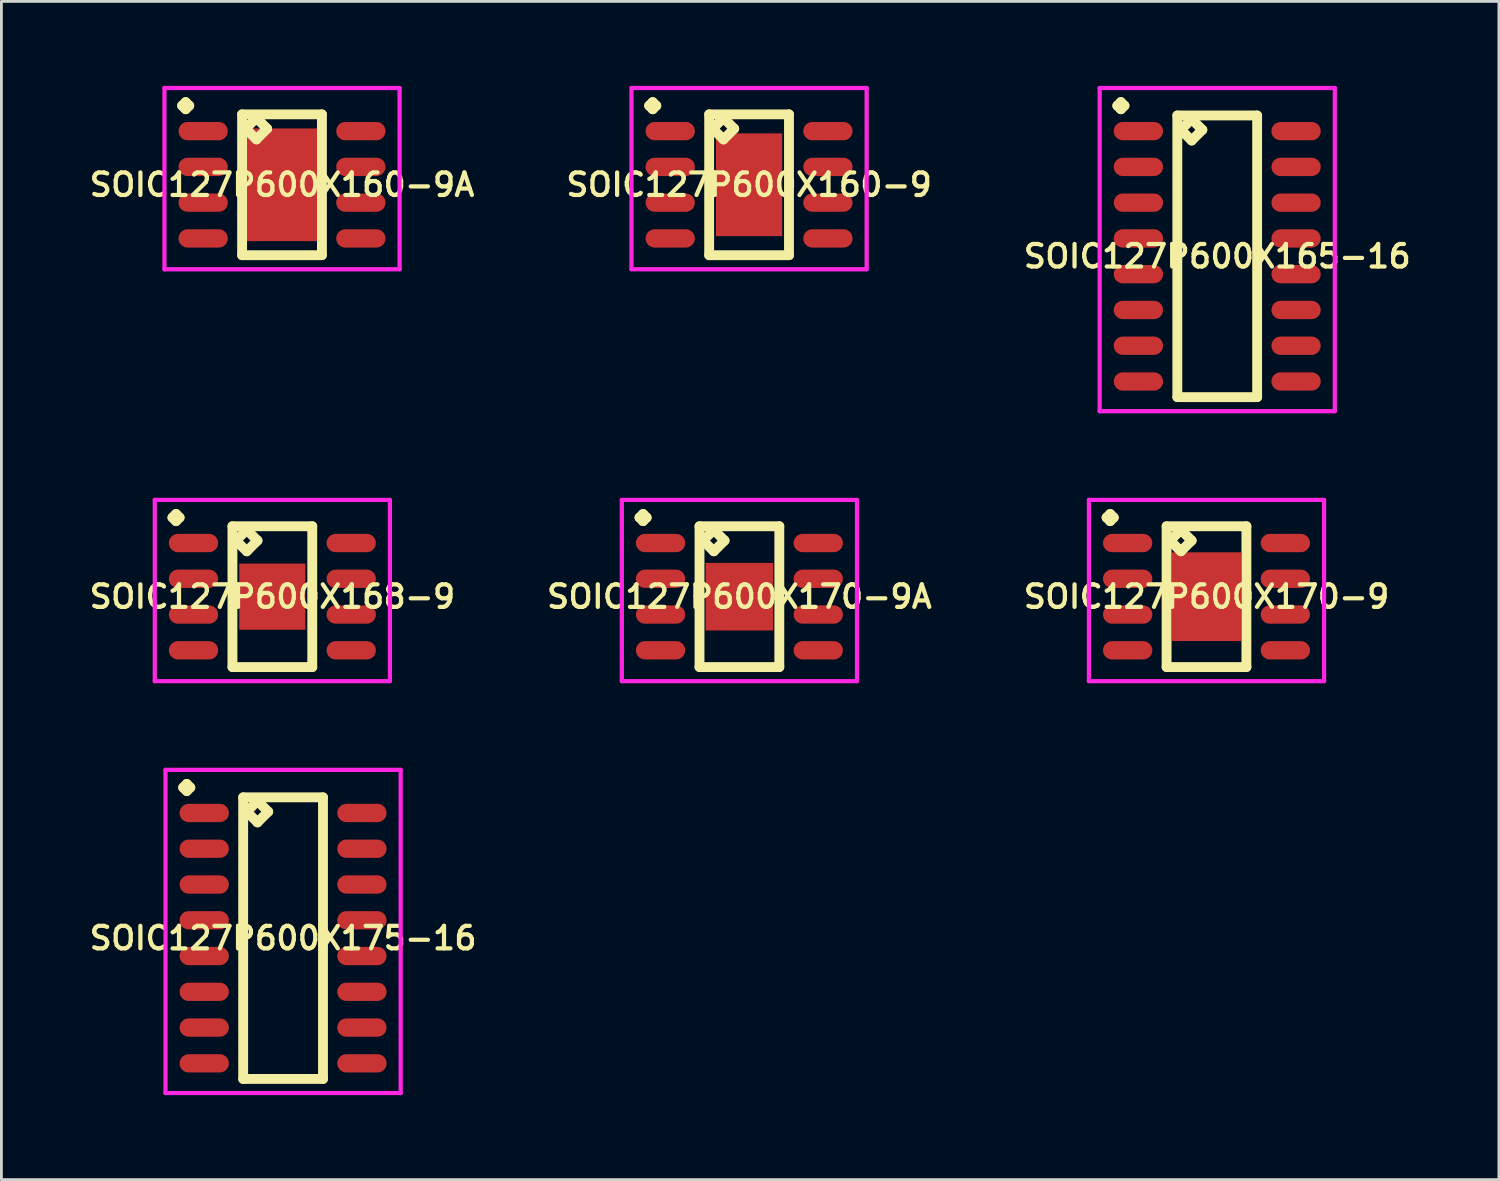
<source format=kicad_pcb>
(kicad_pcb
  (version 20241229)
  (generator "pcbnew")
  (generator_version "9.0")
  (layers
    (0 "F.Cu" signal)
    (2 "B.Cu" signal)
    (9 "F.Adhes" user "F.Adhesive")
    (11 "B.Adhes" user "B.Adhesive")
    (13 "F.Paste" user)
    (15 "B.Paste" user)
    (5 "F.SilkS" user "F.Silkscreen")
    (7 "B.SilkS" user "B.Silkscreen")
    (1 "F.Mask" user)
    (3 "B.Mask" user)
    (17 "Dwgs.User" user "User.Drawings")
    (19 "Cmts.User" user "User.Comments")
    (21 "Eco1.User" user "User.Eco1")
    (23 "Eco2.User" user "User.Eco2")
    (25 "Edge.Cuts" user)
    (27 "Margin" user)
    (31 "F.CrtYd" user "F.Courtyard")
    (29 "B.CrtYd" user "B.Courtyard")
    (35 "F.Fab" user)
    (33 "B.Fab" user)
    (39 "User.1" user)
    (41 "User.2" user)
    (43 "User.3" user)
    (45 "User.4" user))
  (footprint "SOIC127P600X165-16"
    (layer "F.Cu")
    (at 40.173 6.051)
    (property "Reference" "SOIC127P600X165-16" (at 0 0 0) (layer "F.SilkS") (effects (font (size 0.8 0.8) (thickness 0.15))))
    (attr smd)
    (fp_line (start -3.548 -5.349) (end -3.421 -5.476) (stroke (width 0.35) (type solid)) (layer "F.SilkS"))
    (fp_line (start -3.421 -5.476) (end -3.294 -5.349) (stroke (width 0.35) (type solid)) (layer "F.SilkS"))
    (fp_line (start -3.421 -5.222) (end -3.548 -5.349) (stroke (width 0.35) (type solid)) (layer "F.SilkS"))
    (fp_line (start -3.294 -5.349) (end -3.421 -5.222) (stroke (width 0.35) (type solid)) (layer "F.SilkS"))
    (fp_line (start -1.417 -5) (end -1.417 5) (stroke (width 0.35) (type solid)) (layer "F.SilkS"))
    (fp_line (start -1.417 5) (end 1.417 5) (stroke (width 0.35) (type solid)) (layer "F.SilkS"))
    (fp_line (start -1.29 -4.492) (end -0.909 -4.873) (stroke (width 0.35) (type solid)) (layer "F.SilkS"))
    (fp_line (start -0.909 -4.873) (end -0.528 -4.492) (stroke (width 0.35) (type solid)) (layer "F.SilkS"))
    (fp_line (start -0.909 -4.111) (end -1.29 -4.492) (stroke (width 0.35) (type solid)) (layer "F.SilkS"))
    (fp_line (start -0.528 -4.492) (end -0.909 -4.111) (stroke (width 0.35) (type solid)) (layer "F.SilkS"))
    (fp_line (start 1.417 -5) (end -1.417 -5) (stroke (width 0.35) (type solid)) (layer "F.SilkS"))
    (fp_line (start 1.417 5) (end 1.417 -5) (stroke (width 0.35) (type solid)) (layer "F.SilkS"))
    (fp_line (start -4.175 -5.976) (end 4.175 -5.976) (stroke (width 0.15) (type solid)) (layer "F.CrtYd"))
    (fp_line (start -4.175 5.5) (end -4.175 -5.976) (stroke (width 0.15) (type solid)) (layer "F.CrtYd"))
    (fp_line (start 4.175 -5.976) (end 4.175 5.5) (stroke (width 0.15) (type solid)) (layer "F.CrtYd"))
    (fp_line (start 4.175 5.5) (end -4.175 5.5) (stroke (width 0.15) (type solid)) (layer "F.CrtYd"))
    (pad "1" smd oval (at -2.8 -4.445) (size 1.75 0.65) (layers "F.Cu" "F.Mask" "F.Paste"))
    (pad "2" smd oval (at -2.8 -3.175) (size 1.75 0.65) (layers "F.Cu" "F.Mask" "F.Paste"))
    (pad "3" smd oval (at -2.8 -1.905) (size 1.75 0.65) (layers "F.Cu" "F.Mask" "F.Paste"))
    (pad "4" smd oval (at -2.8 -0.635) (size 1.75 0.65) (layers "F.Cu" "F.Mask" "F.Paste"))
    (pad "5" smd oval (at -2.8 0.635) (size 1.75 0.65) (layers "F.Cu" "F.Mask" "F.Paste"))
    (pad "6" smd oval (at -2.8 1.905) (size 1.75 0.65) (layers "F.Cu" "F.Mask" "F.Paste"))
    (pad "7" smd oval (at -2.8 3.175) (size 1.75 0.65) (layers "F.Cu" "F.Mask" "F.Paste"))
    (pad "8" smd oval (at -2.8 4.445) (size 1.75 0.65) (layers "F.Cu" "F.Mask" "F.Paste"))
    (pad "9" smd oval (at 2.8 4.445) (size 1.75 0.65) (layers "F.Cu" "F.Mask" "F.Paste"))
    (pad "10" smd oval (at 2.8 3.175) (size 1.75 0.65) (layers "F.Cu" "F.Mask" "F.Paste"))
    (pad "11" smd oval (at 2.8 1.905) (size 1.75 0.65) (layers "F.Cu" "F.Mask" "F.Paste"))
    (pad "12" smd oval (at 2.8 0.635) (size 1.75 0.65) (layers "F.Cu" "F.Mask" "F.Paste"))
    (pad "13" smd oval (at 2.8 -0.635) (size 1.75 0.65) (layers "F.Cu" "F.Mask" "F.Paste"))
    (pad "14" smd oval (at 2.8 -1.905) (size 1.75 0.65) (layers "F.Cu" "F.Mask" "F.Paste"))
    (pad "15" smd oval (at 2.8 -3.175) (size 1.75 0.65) (layers "F.Cu" "F.Mask" "F.Paste"))
    (pad "16" smd oval (at 2.8 -4.445) (size 1.75 0.65) (layers "F.Cu" "F.Mask" "F.Paste")))
  (footprint "SOIC127P600X168-9"
    (layer "F.Cu")
    (at 6.621 18.137)
    (property "Reference" "SOIC127P600X168-9" (at 0 0 0) (layer "F.SilkS") (effects (font (size 0.8 0.8) (thickness 0.15))))
    (attr smd)
    (fp_line (start -3.548 -2.809) (end -3.421 -2.936) (stroke (width 0.35) (type solid)) (layer "F.SilkS"))
    (fp_line (start -3.421 -2.936) (end -3.294 -2.809) (stroke (width 0.35) (type solid)) (layer "F.SilkS"))
    (fp_line (start -3.421 -2.682) (end -3.548 -2.809) (stroke (width 0.35) (type solid)) (layer "F.SilkS"))
    (fp_line (start -3.294 -2.809) (end -3.421 -2.682) (stroke (width 0.35) (type solid)) (layer "F.SilkS"))
    (fp_line (start -1.417 -2.5) (end -1.417 2.5) (stroke (width 0.35) (type solid)) (layer "F.SilkS"))
    (fp_line (start -1.417 2.5) (end 1.417 2.5) (stroke (width 0.35) (type solid)) (layer "F.SilkS"))
    (fp_line (start -1.29 -1.992) (end -0.909 -2.373) (stroke (width 0.35) (type solid)) (layer "F.SilkS"))
    (fp_line (start -0.909 -2.373) (end -0.528 -1.992) (stroke (width 0.35) (type solid)) (layer "F.SilkS"))
    (fp_line (start -0.909 -1.611) (end -1.29 -1.992) (stroke (width 0.35) (type solid)) (layer "F.SilkS"))
    (fp_line (start -0.528 -1.992) (end -0.909 -1.611) (stroke (width 0.35) (type solid)) (layer "F.SilkS"))
    (fp_line (start 1.417 -2.5) (end -1.417 -2.5) (stroke (width 0.35) (type solid)) (layer "F.SilkS"))
    (fp_line (start 1.417 2.5) (end 1.417 -2.5) (stroke (width 0.35) (type solid)) (layer "F.SilkS"))
    (fp_line (start -4.175 -3.436) (end 4.175 -3.436) (stroke (width 0.15) (type solid)) (layer "F.CrtYd"))
    (fp_line (start -4.175 3) (end -4.175 -3.436) (stroke (width 0.15) (type solid)) (layer "F.CrtYd"))
    (fp_line (start 4.175 -3.436) (end 4.175 3) (stroke (width 0.15) (type solid)) (layer "F.CrtYd"))
    (fp_line (start 4.175 3) (end -4.175 3) (stroke (width 0.15) (type solid)) (layer "F.CrtYd"))
    (pad "1" smd oval (at -2.8 -1.905) (size 1.75 0.65) (layers "F.Cu" "F.Mask" "F.Paste"))
    (pad "2" smd oval (at -2.8 -0.635) (size 1.75 0.65) (layers "F.Cu" "F.Mask" "F.Paste"))
    (pad "3" smd oval (at -2.8 0.635) (size 1.75 0.65) (layers "F.Cu" "F.Mask" "F.Paste"))
    (pad "4" smd oval (at -2.8 1.905) (size 1.75 0.65) (layers "F.Cu" "F.Mask" "F.Paste"))
    (pad "5" smd oval (at 2.8 1.905) (size 1.75 0.65) (layers "F.Cu" "F.Mask" "F.Paste"))
    (pad "6" smd oval (at 2.8 0.635) (size 1.75 0.65) (layers "F.Cu" "F.Mask" "F.Paste"))
    (pad "7" smd oval (at 2.8 -0.635) (size 1.75 0.65) (layers "F.Cu" "F.Mask" "F.Paste"))
    (pad "8" smd oval (at 2.8 -1.905) (size 1.75 0.65) (layers "F.Cu" "F.Mask" "F.Paste"))
    (pad "9" smd rect (at 0 0) (size 2.35 2.35) (layers "F.Cu" "F.Mask" "F.Paste")))
  (footprint "SOIC127P600X160-9"
    (layer "F.Cu")
    (at 23.549 3.511)
    (property "Reference" "SOIC127P600X160-9" (at 0 0 0) (layer "F.SilkS") (effects (font (size 0.8 0.8) (thickness 0.15))))
    (attr smd)
    (fp_line (start -3.548 -2.809) (end -3.421 -2.936) (stroke (width 0.35) (type solid)) (layer "F.SilkS"))
    (fp_line (start -3.421 -2.936) (end -3.294 -2.809) (stroke (width 0.35) (type solid)) (layer "F.SilkS"))
    (fp_line (start -3.421 -2.682) (end -3.548 -2.809) (stroke (width 0.35) (type solid)) (layer "F.SilkS"))
    (fp_line (start -3.294 -2.809) (end -3.421 -2.682) (stroke (width 0.35) (type solid)) (layer "F.SilkS"))
    (fp_line (start -1.417 -2.5) (end -1.417 2.5) (stroke (width 0.35) (type solid)) (layer "F.SilkS"))
    (fp_line (start -1.417 2.5) (end 1.417 2.5) (stroke (width 0.35) (type solid)) (layer "F.SilkS"))
    (fp_line (start -1.29 -1.992) (end -0.909 -2.373) (stroke (width 0.35) (type solid)) (layer "F.SilkS"))
    (fp_line (start -0.909 -2.373) (end -0.528 -1.992) (stroke (width 0.35) (type solid)) (layer "F.SilkS"))
    (fp_line (start -0.909 -1.611) (end -1.29 -1.992) (stroke (width 0.35) (type solid)) (layer "F.SilkS"))
    (fp_line (start -0.528 -1.992) (end -0.909 -1.611) (stroke (width 0.35) (type solid)) (layer "F.SilkS"))
    (fp_line (start 1.417 -2.5) (end -1.417 -2.5) (stroke (width 0.35) (type solid)) (layer "F.SilkS"))
    (fp_line (start 1.417 2.5) (end 1.417 -2.5) (stroke (width 0.35) (type solid)) (layer "F.SilkS"))
    (fp_line (start -4.175 -3.436) (end 4.175 -3.436) (stroke (width 0.15) (type solid)) (layer "F.CrtYd"))
    (fp_line (start -4.175 3) (end -4.175 -3.436) (stroke (width 0.15) (type solid)) (layer "F.CrtYd"))
    (fp_line (start 4.175 -3.436) (end 4.175 3) (stroke (width 0.15) (type solid)) (layer "F.CrtYd"))
    (fp_line (start 4.175 3) (end -4.175 3) (stroke (width 0.15) (type solid)) (layer "F.CrtYd"))
    (pad "1" smd oval (at -2.8 -1.905) (size 1.75 0.65) (layers "F.Cu" "F.Mask" "F.Paste"))
    (pad "2" smd oval (at -2.8 -0.635) (size 1.75 0.65) (layers "F.Cu" "F.Mask" "F.Paste"))
    (pad "3" smd oval (at -2.8 0.635) (size 1.75 0.65) (layers "F.Cu" "F.Mask" "F.Paste"))
    (pad "4" smd oval (at -2.8 1.905) (size 1.75 0.65) (layers "F.Cu" "F.Mask" "F.Paste"))
    (pad "5" smd oval (at 2.8 1.905) (size 1.75 0.65) (layers "F.Cu" "F.Mask" "F.Paste"))
    (pad "6" smd oval (at 2.8 0.635) (size 1.75 0.65) (layers "F.Cu" "F.Mask" "F.Paste"))
    (pad "7" smd oval (at 2.8 -0.635) (size 1.75 0.65) (layers "F.Cu" "F.Mask" "F.Paste"))
    (pad "8" smd oval (at 2.8 -1.905) (size 1.75 0.65) (layers "F.Cu" "F.Mask" "F.Paste"))
    (pad "9" smd rect (at 0 0) (size 2.35 3.65) (layers "F.Cu" "F.Mask" "F.Paste")))
  (footprint "SOIC127P600X160-9A"
    (layer "F.Cu")
    (at 6.964 3.511)
    (property "Reference" "SOIC127P600X160-9A" (at 0 0 0) (layer "F.SilkS") (effects (font (size 0.8 0.8) (thickness 0.15))))
    (attr smd)
    (fp_line (start -3.548 -2.809) (end -3.421 -2.936) (stroke (width 0.35) (type solid)) (layer "F.SilkS"))
    (fp_line (start -3.421 -2.936) (end -3.294 -2.809) (stroke (width 0.35) (type solid)) (layer "F.SilkS"))
    (fp_line (start -3.421 -2.682) (end -3.548 -2.809) (stroke (width 0.35) (type solid)) (layer "F.SilkS"))
    (fp_line (start -3.294 -2.809) (end -3.421 -2.682) (stroke (width 0.35) (type solid)) (layer "F.SilkS"))
    (fp_line (start -1.417 -2.5) (end -1.417 2.5) (stroke (width 0.35) (type solid)) (layer "F.SilkS"))
    (fp_line (start -1.417 2.5) (end 1.417 2.5) (stroke (width 0.35) (type solid)) (layer "F.SilkS"))
    (fp_line (start -1.29 -1.992) (end -0.909 -2.373) (stroke (width 0.35) (type solid)) (layer "F.SilkS"))
    (fp_line (start -0.909 -2.373) (end -0.528 -1.992) (stroke (width 0.35) (type solid)) (layer "F.SilkS"))
    (fp_line (start -0.909 -1.611) (end -1.29 -1.992) (stroke (width 0.35) (type solid)) (layer "F.SilkS"))
    (fp_line (start -0.528 -1.992) (end -0.909 -1.611) (stroke (width 0.35) (type solid)) (layer "F.SilkS"))
    (fp_line (start 1.417 -2.5) (end -1.417 -2.5) (stroke (width 0.35) (type solid)) (layer "F.SilkS"))
    (fp_line (start 1.417 2.5) (end 1.417 -2.5) (stroke (width 0.35) (type solid)) (layer "F.SilkS"))
    (fp_line (start -4.175 -3.436) (end 4.175 -3.436) (stroke (width 0.15) (type solid)) (layer "F.CrtYd"))
    (fp_line (start -4.175 3) (end -4.175 -3.436) (stroke (width 0.15) (type solid)) (layer "F.CrtYd"))
    (fp_line (start 4.175 -3.436) (end 4.175 3) (stroke (width 0.15) (type solid)) (layer "F.CrtYd"))
    (fp_line (start 4.175 3) (end -4.175 3) (stroke (width 0.15) (type solid)) (layer "F.CrtYd"))
    (pad "1" smd oval (at -2.8 -1.905) (size 1.75 0.65) (layers "F.Cu" "F.Mask" "F.Paste"))
    (pad "2" smd oval (at -2.8 -0.635) (size 1.75 0.65) (layers "F.Cu" "F.Mask" "F.Paste"))
    (pad "3" smd oval (at -2.8 0.635) (size 1.75 0.65) (layers "F.Cu" "F.Mask" "F.Paste"))
    (pad "4" smd oval (at -2.8 1.905) (size 1.75 0.65) (layers "F.Cu" "F.Mask" "F.Paste"))
    (pad "5" smd oval (at 2.8 1.905) (size 1.75 0.65) (layers "F.Cu" "F.Mask" "F.Paste"))
    (pad "6" smd oval (at 2.8 0.635) (size 1.75 0.65) (layers "F.Cu" "F.Mask" "F.Paste"))
    (pad "7" smd oval (at 2.8 -0.635) (size 1.75 0.65) (layers "F.Cu" "F.Mask" "F.Paste"))
    (pad "8" smd oval (at 2.8 -1.905) (size 1.75 0.65) (layers "F.Cu" "F.Mask" "F.Paste"))
    (pad "9" smd rect (at 0 0) (size 2.8 4) (layers "F.Cu" "F.Mask" "F.Paste")))
  (footprint "SOIC127P600X170-9A"
    (layer "F.Cu")
    (at 23.206 18.137)
    (property "Reference" "SOIC127P600X170-9A" (at 0 0 0) (layer "F.SilkS") (effects (font (size 0.8 0.8) (thickness 0.15))))
    (attr smd)
    (fp_line (start -3.548 -2.809) (end -3.421 -2.936) (stroke (width 0.35) (type solid)) (layer "F.SilkS"))
    (fp_line (start -3.421 -2.936) (end -3.294 -2.809) (stroke (width 0.35) (type solid)) (layer "F.SilkS"))
    (fp_line (start -3.421 -2.682) (end -3.548 -2.809) (stroke (width 0.35) (type solid)) (layer "F.SilkS"))
    (fp_line (start -3.294 -2.809) (end -3.421 -2.682) (stroke (width 0.35) (type solid)) (layer "F.SilkS"))
    (fp_line (start -1.417 -2.5) (end -1.417 2.5) (stroke (width 0.35) (type solid)) (layer "F.SilkS"))
    (fp_line (start -1.417 2.5) (end 1.417 2.5) (stroke (width 0.35) (type solid)) (layer "F.SilkS"))
    (fp_line (start -1.29 -1.992) (end -0.909 -2.373) (stroke (width 0.35) (type solid)) (layer "F.SilkS"))
    (fp_line (start -0.909 -2.373) (end -0.528 -1.992) (stroke (width 0.35) (type solid)) (layer "F.SilkS"))
    (fp_line (start -0.909 -1.611) (end -1.29 -1.992) (stroke (width 0.35) (type solid)) (layer "F.SilkS"))
    (fp_line (start -0.528 -1.992) (end -0.909 -1.611) (stroke (width 0.35) (type solid)) (layer "F.SilkS"))
    (fp_line (start 1.417 -2.5) (end -1.417 -2.5) (stroke (width 0.35) (type solid)) (layer "F.SilkS"))
    (fp_line (start 1.417 2.5) (end 1.417 -2.5) (stroke (width 0.35) (type solid)) (layer "F.SilkS"))
    (fp_line (start -4.175 -3.436) (end 4.175 -3.436) (stroke (width 0.15) (type solid)) (layer "F.CrtYd"))
    (fp_line (start -4.175 3) (end -4.175 -3.436) (stroke (width 0.15) (type solid)) (layer "F.CrtYd"))
    (fp_line (start 4.175 -3.436) (end 4.175 3) (stroke (width 0.15) (type solid)) (layer "F.CrtYd"))
    (fp_line (start 4.175 3) (end -4.175 3) (stroke (width 0.15) (type solid)) (layer "F.CrtYd"))
    (pad "1" smd oval (at -2.8 -1.905) (size 1.75 0.65) (layers "F.Cu" "F.Mask" "F.Paste"))
    (pad "2" smd oval (at -2.8 -0.635) (size 1.75 0.65) (layers "F.Cu" "F.Mask" "F.Paste"))
    (pad "3" smd oval (at -2.8 0.635) (size 1.75 0.65) (layers "F.Cu" "F.Mask" "F.Paste"))
    (pad "4" smd oval (at -2.8 1.905) (size 1.75 0.65) (layers "F.Cu" "F.Mask" "F.Paste"))
    (pad "5" smd oval (at 2.8 1.905) (size 1.75 0.65) (layers "F.Cu" "F.Mask" "F.Paste"))
    (pad "6" smd oval (at 2.8 0.635) (size 1.75 0.65) (layers "F.Cu" "F.Mask" "F.Paste"))
    (pad "7" smd oval (at 2.8 -0.635) (size 1.75 0.65) (layers "F.Cu" "F.Mask" "F.Paste"))
    (pad "8" smd oval (at 2.8 -1.905) (size 1.75 0.65) (layers "F.Cu" "F.Mask" "F.Paste"))
    (pad "9" smd rect (at 0 0) (size 2.4 2.4) (layers "F.Cu" "F.Mask" "F.Paste")))
  (footprint "SOIC127P600X175-16"
    (layer "F.Cu")
    (at 7.002 30.263)
    (property "Reference" "SOIC127P600X175-16" (at 0 0 0) (layer "F.SilkS") (effects (font (size 0.8 0.8) (thickness 0.15))))
    (attr smd)
    (fp_line (start -3.548 -5.349) (end -3.421 -5.476) (stroke (width 0.35) (type solid)) (layer "F.SilkS"))
    (fp_line (start -3.421 -5.476) (end -3.294 -5.349) (stroke (width 0.35) (type solid)) (layer "F.SilkS"))
    (fp_line (start -3.421 -5.222) (end -3.548 -5.349) (stroke (width 0.35) (type solid)) (layer "F.SilkS"))
    (fp_line (start -3.294 -5.349) (end -3.421 -5.222) (stroke (width 0.35) (type solid)) (layer "F.SilkS"))
    (fp_line (start -1.417 -5) (end -1.417 5) (stroke (width 0.35) (type solid)) (layer "F.SilkS"))
    (fp_line (start -1.417 5) (end 1.417 5) (stroke (width 0.35) (type solid)) (layer "F.SilkS"))
    (fp_line (start -1.29 -4.492) (end -0.909 -4.873) (stroke (width 0.35) (type solid)) (layer "F.SilkS"))
    (fp_line (start -0.909 -4.873) (end -0.528 -4.492) (stroke (width 0.35) (type solid)) (layer "F.SilkS"))
    (fp_line (start -0.909 -4.111) (end -1.29 -4.492) (stroke (width 0.35) (type solid)) (layer "F.SilkS"))
    (fp_line (start -0.528 -4.492) (end -0.909 -4.111) (stroke (width 0.35) (type solid)) (layer "F.SilkS"))
    (fp_line (start 1.417 -5) (end -1.417 -5) (stroke (width 0.35) (type solid)) (layer "F.SilkS"))
    (fp_line (start 1.417 5) (end 1.417 -5) (stroke (width 0.35) (type solid)) (layer "F.SilkS"))
    (fp_line (start -4.175 -5.976) (end 4.175 -5.976) (stroke (width 0.15) (type solid)) (layer "F.CrtYd"))
    (fp_line (start -4.175 5.5) (end -4.175 -5.976) (stroke (width 0.15) (type solid)) (layer "F.CrtYd"))
    (fp_line (start 4.175 -5.976) (end 4.175 5.5) (stroke (width 0.15) (type solid)) (layer "F.CrtYd"))
    (fp_line (start 4.175 5.5) (end -4.175 5.5) (stroke (width 0.15) (type solid)) (layer "F.CrtYd"))
    (pad "1" smd oval (at -2.8 -4.445) (size 1.75 0.65) (layers "F.Cu" "F.Mask" "F.Paste"))
    (pad "2" smd oval (at -2.8 -3.175) (size 1.75 0.65) (layers "F.Cu" "F.Mask" "F.Paste"))
    (pad "3" smd oval (at -2.8 -1.905) (size 1.75 0.65) (layers "F.Cu" "F.Mask" "F.Paste"))
    (pad "4" smd oval (at -2.8 -0.635) (size 1.75 0.65) (layers "F.Cu" "F.Mask" "F.Paste"))
    (pad "5" smd oval (at -2.8 0.635) (size 1.75 0.65) (layers "F.Cu" "F.Mask" "F.Paste"))
    (pad "6" smd oval (at -2.8 1.905) (size 1.75 0.65) (layers "F.Cu" "F.Mask" "F.Paste"))
    (pad "7" smd oval (at -2.8 3.175) (size 1.75 0.65) (layers "F.Cu" "F.Mask" "F.Paste"))
    (pad "8" smd oval (at -2.8 4.445) (size 1.75 0.65) (layers "F.Cu" "F.Mask" "F.Paste"))
    (pad "9" smd oval (at 2.8 4.445) (size 1.75 0.65) (layers "F.Cu" "F.Mask" "F.Paste"))
    (pad "10" smd oval (at 2.8 3.175) (size 1.75 0.65) (layers "F.Cu" "F.Mask" "F.Paste"))
    (pad "11" smd oval (at 2.8 1.905) (size 1.75 0.65) (layers "F.Cu" "F.Mask" "F.Paste"))
    (pad "12" smd oval (at 2.8 0.635) (size 1.75 0.65) (layers "F.Cu" "F.Mask" "F.Paste"))
    (pad "13" smd oval (at 2.8 -0.635) (size 1.75 0.65) (layers "F.Cu" "F.Mask" "F.Paste"))
    (pad "14" smd oval (at 2.8 -1.905) (size 1.75 0.65) (layers "F.Cu" "F.Mask" "F.Paste"))
    (pad "15" smd oval (at 2.8 -3.175) (size 1.75 0.65) (layers "F.Cu" "F.Mask" "F.Paste"))
    (pad "16" smd oval (at 2.8 -4.445) (size 1.75 0.65) (layers "F.Cu" "F.Mask" "F.Paste")))
  (footprint "SOIC127P600X170-9"
    (layer "F.Cu")
    (at 39.792 18.137)
    (property "Reference" "SOIC127P600X170-9" (at 0 0 0) (layer "F.SilkS") (effects (font (size 0.8 0.8) (thickness 0.15))))
    (attr smd)
    (fp_line (start -3.548 -2.809) (end -3.421 -2.936) (stroke (width 0.35) (type solid)) (layer "F.SilkS"))
    (fp_line (start -3.421 -2.936) (end -3.294 -2.809) (stroke (width 0.35) (type solid)) (layer "F.SilkS"))
    (fp_line (start -3.421 -2.682) (end -3.548 -2.809) (stroke (width 0.35) (type solid)) (layer "F.SilkS"))
    (fp_line (start -3.294 -2.809) (end -3.421 -2.682) (stroke (width 0.35) (type solid)) (layer "F.SilkS"))
    (fp_line (start -1.417 -2.5) (end -1.417 2.5) (stroke (width 0.35) (type solid)) (layer "F.SilkS"))
    (fp_line (start -1.417 2.5) (end 1.417 2.5) (stroke (width 0.35) (type solid)) (layer "F.SilkS"))
    (fp_line (start -1.29 -1.992) (end -0.909 -2.373) (stroke (width 0.35) (type solid)) (layer "F.SilkS"))
    (fp_line (start -0.909 -2.373) (end -0.528 -1.992) (stroke (width 0.35) (type solid)) (layer "F.SilkS"))
    (fp_line (start -0.909 -1.611) (end -1.29 -1.992) (stroke (width 0.35) (type solid)) (layer "F.SilkS"))
    (fp_line (start -0.528 -1.992) (end -0.909 -1.611) (stroke (width 0.35) (type solid)) (layer "F.SilkS"))
    (fp_line (start 1.417 -2.5) (end -1.417 -2.5) (stroke (width 0.35) (type solid)) (layer "F.SilkS"))
    (fp_line (start 1.417 2.5) (end 1.417 -2.5) (stroke (width 0.35) (type solid)) (layer "F.SilkS"))
    (fp_line (start -4.175 -3.436) (end 4.175 -3.436) (stroke (width 0.15) (type solid)) (layer "F.CrtYd"))
    (fp_line (start -4.175 3) (end -4.175 -3.436) (stroke (width 0.15) (type solid)) (layer "F.CrtYd"))
    (fp_line (start 4.175 -3.436) (end 4.175 3) (stroke (width 0.15) (type solid)) (layer "F.CrtYd"))
    (fp_line (start 4.175 3) (end -4.175 3) (stroke (width 0.15) (type solid)) (layer "F.CrtYd"))
    (pad "1" smd oval (at -2.8 -1.905) (size 1.75 0.65) (layers "F.Cu" "F.Mask" "F.Paste"))
    (pad "2" smd oval (at -2.8 -0.635) (size 1.75 0.65) (layers "F.Cu" "F.Mask" "F.Paste"))
    (pad "3" smd oval (at -2.8 0.635) (size 1.75 0.65) (layers "F.Cu" "F.Mask" "F.Paste"))
    (pad "4" smd oval (at -2.8 1.905) (size 1.75 0.65) (layers "F.Cu" "F.Mask" "F.Paste"))
    (pad "5" smd oval (at 2.8 1.905) (size 1.75 0.65) (layers "F.Cu" "F.Mask" "F.Paste"))
    (pad "6" smd oval (at 2.8 0.635) (size 1.75 0.65) (layers "F.Cu" "F.Mask" "F.Paste"))
    (pad "7" smd oval (at 2.8 -0.635) (size 1.75 0.65) (layers "F.Cu" "F.Mask" "F.Paste"))
    (pad "8" smd oval (at 2.8 -1.905) (size 1.75 0.65) (layers "F.Cu" "F.Mask" "F.Paste"))
    (pad "9" smd rect (at 0 0) (size 2.45 3.15) (layers "F.Cu" "F.Mask" "F.Paste")))
  (gr_rect
    (start -3 -3)
    (end 50.175 38.838)
    (stroke (width 0.1) (type default))
    (fill no)
    (layer "Edge.Cuts")))
</source>
